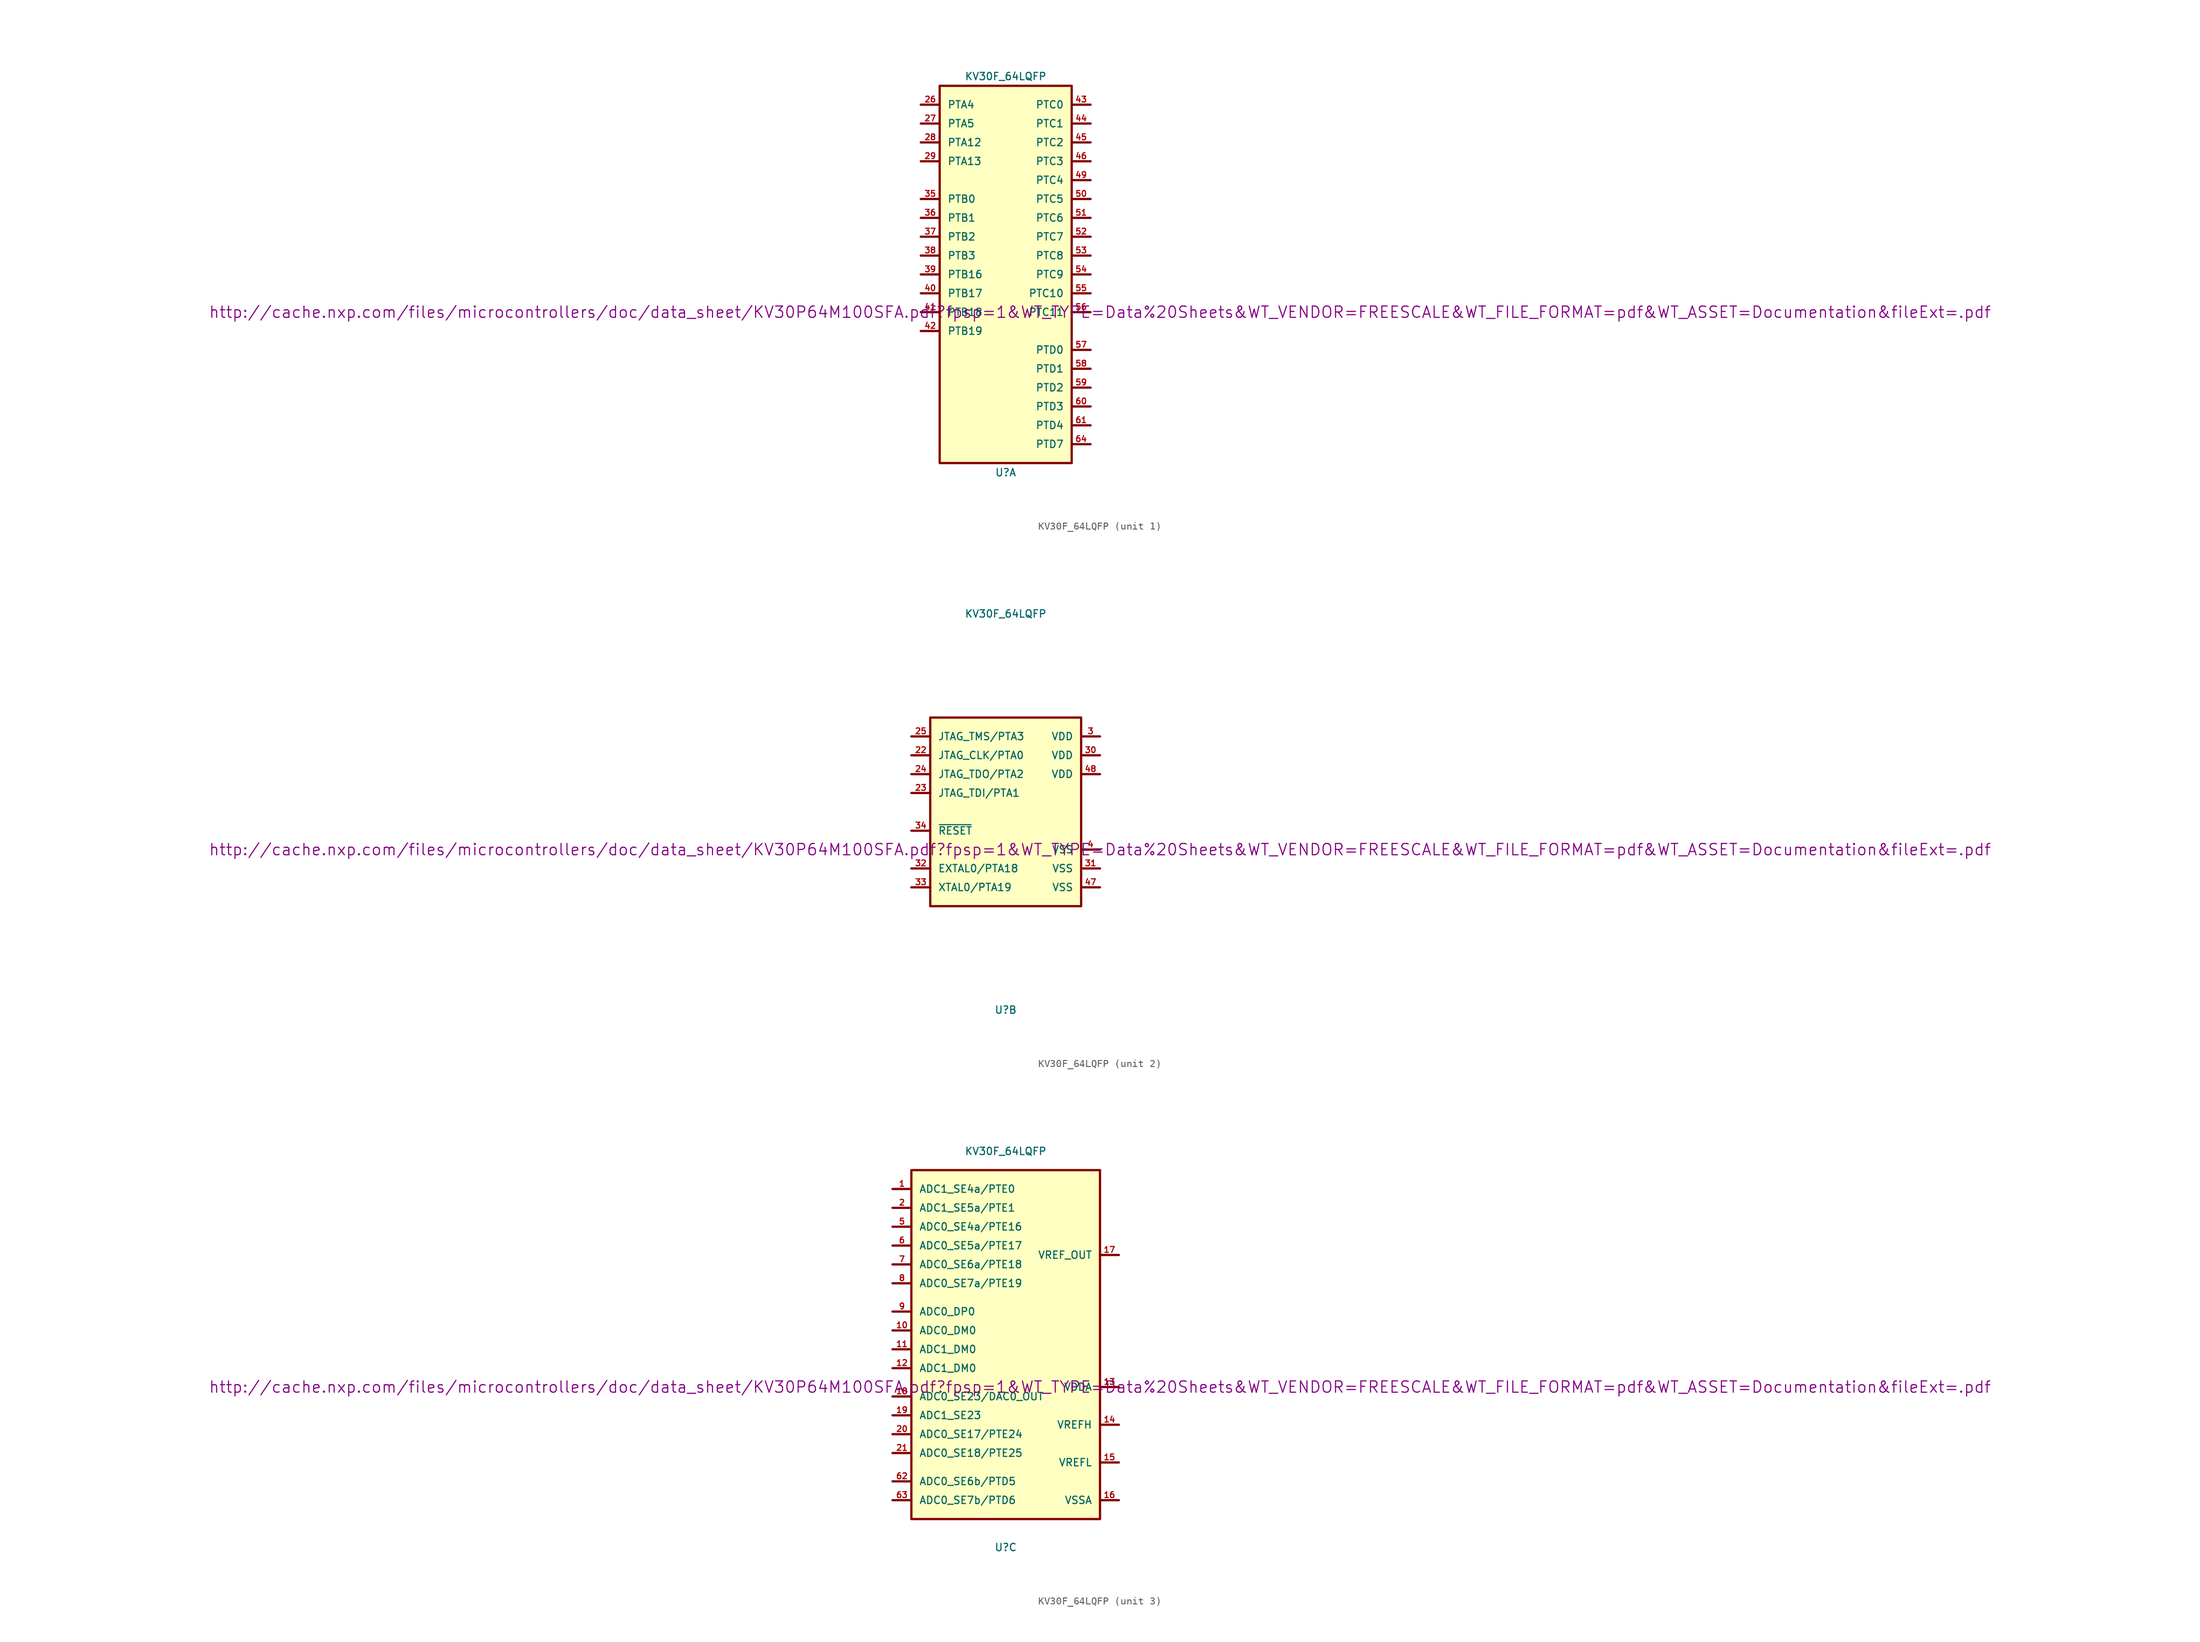
<source format=kicad_sym>
(kicad_symbol_lib
  (version 20211014)
  (generator kicad_symbol_editor)
  (symbol "KV30F_64LQFP"
    (pin_names
      (offset 1.016))
    (property "Reference" "U"
      (at 0 -26.67 0)
      (effects (font (size 0.991 0.991))))
    (property "Value" "KV30F_64LQFP"
      (at 0 26.67 0)
      (effects (font (size 0.991 0.991))))
    (property "Footprint" ""
      (at 12.7 -5.08 0)
      (effects (font (size 1.524 1.524))))
    (property "Datasheet" "http://cache.nxp.com/files/microcontrollers/doc/data_sheet/KV30P64M100SFA.pdf?fpsp=1&WT_TYPE=Data%20Sheets&WT_VENDOR=FREESCALE&WT_FILE_FORMAT=pdf&WT_ASSET=Documentation&fileExt=.pdf"
      (at 12.7 -5.08 0)
      (effects (font (size 1.524 1.524))))
    (property "ki_locked" ""
      (at 0 0 0)
      (effects (font (size 1.27 1.27))))
    (symbol "KV30F_64LQFP_1_1"
      (polyline (pts (xy -11.43 -7.62) (xy -8.89 -7.62)) (stroke (width 0.305) (type default) (color 0 0 0 0)) (fill (type none)))
      (polyline (pts (xy -11.43 -5.08) (xy -8.89 -5.08)) (stroke (width 0.305) (type default) (color 0 0 0 0)) (fill (type none)))
      (polyline (pts (xy -11.43 -2.54) (xy -8.89 -2.54)) (stroke (width 0.305) (type default) (color 0 0 0 0)) (fill (type none)))
      (polyline (pts (xy -11.43 0) (xy -8.89 0)) (stroke (width 0.305) (type default) (color 0 0 0 0)) (fill (type none)))
      (polyline (pts (xy -11.43 2.54) (xy -8.89 2.54)) (stroke (width 0.305) (type default) (color 0 0 0 0)) (fill (type none)))
      (polyline (pts (xy -11.43 5.08) (xy -8.89 5.08)) (stroke (width 0.305) (type default) (color 0 0 0 0)) (fill (type none)))
      (polyline (pts (xy -11.43 7.62) (xy -8.89 7.62)) (stroke (width 0.305) (type default) (color 0 0 0 0)) (fill (type none)))
      (polyline (pts (xy -11.43 10.16) (xy -8.89 10.16)) (stroke (width 0.305) (type default) (color 0 0 0 0)) (fill (type none)))
      (polyline (pts (xy -11.43 15.24) (xy -8.89 15.24)) (stroke (width 0.305) (type default) (color 0 0 0 0)) (fill (type none)))
      (polyline (pts (xy -11.43 17.78) (xy -8.89 17.78)) (stroke (width 0.305) (type default) (color 0 0 0 0)) (fill (type none)))
      (polyline (pts (xy -11.43 20.32) (xy -8.89 20.32)) (stroke (width 0.305) (type default) (color 0 0 0 0)) (fill (type none)))
      (polyline (pts (xy -11.43 22.86) (xy -8.89 22.86)) (stroke (width 0.305) (type default) (color 0 0 0 0)) (fill (type none)))
      (polyline (pts (xy 8.89 -22.86) (xy 11.43 -22.86)) (stroke (width 0.305) (type default) (color 0 0 0 0)) (fill (type none)))
      (polyline (pts (xy 8.89 -20.32) (xy 11.43 -20.32)) (stroke (width 0.305) (type default) (color 0 0 0 0)) (fill (type none)))
      (polyline (pts (xy 8.89 -17.78) (xy 11.43 -17.78)) (stroke (width 0.305) (type default) (color 0 0 0 0)) (fill (type none)))
      (polyline (pts (xy 8.89 -15.24) (xy 11.43 -15.24)) (stroke (width 0.305) (type default) (color 0 0 0 0)) (fill (type none)))
      (polyline (pts (xy 8.89 -12.7) (xy 11.43 -12.7)) (stroke (width 0.305) (type default) (color 0 0 0 0)) (fill (type none)))
      (polyline (pts (xy 8.89 -10.16) (xy 11.43 -10.16)) (stroke (width 0.305) (type default) (color 0 0 0 0)) (fill (type none)))
      (polyline (pts (xy 8.89 -5.08) (xy 11.43 -5.08)) (stroke (width 0.305) (type default) (color 0 0 0 0)) (fill (type none)))
      (polyline (pts (xy 8.89 -2.54) (xy 11.43 -2.54)) (stroke (width 0.305) (type default) (color 0 0 0 0)) (fill (type none)))
      (polyline (pts (xy 8.89 0) (xy 11.43 0)) (stroke (width 0.305) (type default) (color 0 0 0 0)) (fill (type none)))
      (polyline (pts (xy 8.89 2.54) (xy 11.43 2.54)) (stroke (width 0.305) (type default) (color 0 0 0 0)) (fill (type none)))
      (polyline (pts (xy 8.89 5.08) (xy 11.43 5.08)) (stroke (width 0.305) (type default) (color 0 0 0 0)) (fill (type none)))
      (polyline (pts (xy 8.89 7.62) (xy 11.43 7.62)) (stroke (width 0.305) (type default) (color 0 0 0 0)) (fill (type none)))
      (polyline (pts (xy 8.89 10.16) (xy 11.43 10.16)) (stroke (width 0.305) (type default) (color 0 0 0 0)) (fill (type none)))
      (polyline (pts (xy 8.89 12.7) (xy 11.43 12.7)) (stroke (width 0.305) (type default) (color 0 0 0 0)) (fill (type none)))
      (polyline (pts (xy 8.89 15.24) (xy 11.43 15.24)) (stroke (width 0.305) (type default) (color 0 0 0 0)) (fill (type none)))
      (polyline (pts (xy 8.89 17.78) (xy 11.43 17.78)) (stroke (width 0.305) (type default) (color 0 0 0 0)) (fill (type none)))
      (polyline (pts (xy 8.89 20.32) (xy 11.43 20.32)) (stroke (width 0.305) (type default) (color 0 0 0 0)) (fill (type none)))
      (polyline (pts (xy 8.89 22.86) (xy 11.43 22.86)) (stroke (width 0.305) (type default) (color 0 0 0 0)) (fill (type none)))
      (rectangle (start 8.89 -25.4) (end -8.89 25.4) (stroke (width 0.305) (type default) (color 0 0 0 0)) (fill (type background)))
      (pin bidirectional line (at -11.43 22.86 0) (length 2.54) (name "PTA4" (effects (font (size 0.991 0.991)))) (number "26" (effects (font (size 0.787 0.787)))))
      (pin bidirectional line (at -11.43 20.32 0) (length 2.54) (name "PTA5" (effects (font (size 0.991 0.991)))) (number "27" (effects (font (size 0.787 0.787)))))
      (pin bidirectional line (at -11.43 17.78 0) (length 2.54) (name "PTA12" (effects (font (size 0.991 0.991)))) (number "28" (effects (font (size 0.787 0.787)))))
      (pin bidirectional line (at -11.43 15.24 0) (length 2.54) (name "PTA13" (effects (font (size 0.991 0.991)))) (number "29" (effects (font (size 0.787 0.787)))))
      (pin bidirectional line (at -11.43 10.16 0) (length 2.54) (name "PTB0" (effects (font (size 0.991 0.991)))) (number "35" (effects (font (size 0.787 0.787)))))
      (pin bidirectional line (at -11.43 7.62 0) (length 2.54) (name "PTB1" (effects (font (size 0.991 0.991)))) (number "36" (effects (font (size 0.787 0.787)))))
      (pin bidirectional line (at -11.43 5.08 0) (length 2.54) (name "PTB2" (effects (font (size 0.991 0.991)))) (number "37" (effects (font (size 0.787 0.787)))))
      (pin bidirectional line (at -11.43 2.54 0) (length 2.54) (name "PTB3" (effects (font (size 0.991 0.991)))) (number "38" (effects (font (size 0.787 0.787)))))
      (pin bidirectional line (at -11.43 0 0) (length 2.54) (name "PTB16" (effects (font (size 0.991 0.991)))) (number "39" (effects (font (size 0.787 0.787)))))
      (pin bidirectional line (at -11.43 -2.54 0) (length 2.54) (name "PTB17" (effects (font (size 0.991 0.991)))) (number "40" (effects (font (size 0.787 0.787)))))
      (pin bidirectional line (at -11.43 -5.08 0) (length 2.54) (name "PTB18" (effects (font (size 0.991 0.991)))) (number "41" (effects (font (size 0.787 0.787)))))
      (pin bidirectional line (at -11.43 -7.62 0) (length 2.54) (name "PTB19" (effects (font (size 0.991 0.991)))) (number "42" (effects (font (size 0.787 0.787)))))
      (pin bidirectional line (at 11.43 22.86 180) (length 2.54) (name "PTC0" (effects (font (size 0.991 0.991)))) (number "43" (effects (font (size 0.787 0.787)))))
      (pin bidirectional line (at 11.43 20.32 180) (length 2.54) (name "PTC1" (effects (font (size 0.991 0.991)))) (number "44" (effects (font (size 0.787 0.787)))))
      (pin bidirectional line (at 11.43 17.78 180) (length 2.54) (name "PTC2" (effects (font (size 0.991 0.991)))) (number "45" (effects (font (size 0.787 0.787)))))
      (pin bidirectional line (at 11.43 15.24 180) (length 2.54) (name "PTC3" (effects (font (size 0.991 0.991)))) (number "46" (effects (font (size 0.787 0.787)))))
      (pin bidirectional line (at 11.43 12.7 180) (length 2.54) (name "PTC4" (effects (font (size 0.991 0.991)))) (number "49" (effects (font (size 0.787 0.787)))))
      (pin bidirectional line (at 11.43 10.16 180) (length 2.54) (name "PTC5" (effects (font (size 0.991 0.991)))) (number "50" (effects (font (size 0.787 0.787)))))
      (pin bidirectional line (at 11.43 7.62 180) (length 2.54) (name "PTC6" (effects (font (size 0.991 0.991)))) (number "51" (effects (font (size 0.787 0.787)))))
      (pin bidirectional line (at 11.43 5.08 180) (length 2.54) (name "PTC7" (effects (font (size 0.991 0.991)))) (number "52" (effects (font (size 0.787 0.787)))))
      (pin bidirectional line (at 11.43 2.54 180) (length 2.54) (name "PTC8" (effects (font (size 0.991 0.991)))) (number "53" (effects (font (size 0.787 0.787)))))
      (pin bidirectional line (at 11.43 0 180) (length 2.54) (name "PTC9" (effects (font (size 0.991 0.991)))) (number "54" (effects (font (size 0.787 0.787)))))
      (pin bidirectional line (at 11.43 -2.54 180) (length 2.54) (name "PTC10" (effects (font (size 0.991 0.991)))) (number "55" (effects (font (size 0.787 0.787)))))
      (pin bidirectional line (at 11.43 -5.08 180) (length 2.54) (name "PTC11" (effects (font (size 0.991 0.991)))) (number "56" (effects (font (size 0.787 0.787)))))
      (pin bidirectional line (at 11.43 -10.16 180) (length 2.54) (name "PTD0" (effects (font (size 0.991 0.991)))) (number "57" (effects (font (size 0.787 0.787)))))
      (pin bidirectional line (at 11.43 -12.7 180) (length 2.54) (name "PTD1" (effects (font (size 0.991 0.991)))) (number "58" (effects (font (size 0.787 0.787)))))
      (pin bidirectional line (at 11.43 -15.24 180) (length 2.54) (name "PTD2" (effects (font (size 0.991 0.991)))) (number "59" (effects (font (size 0.787 0.787)))))
      (pin bidirectional line (at 11.43 -17.78 180) (length 2.54) (name "PTD3" (effects (font (size 0.991 0.991)))) (number "60" (effects (font (size 0.787 0.787)))))
      (pin bidirectional line (at 11.43 -20.32 180) (length 2.54) (name "PTD4" (effects (font (size 0.991 0.991)))) (number "61" (effects (font (size 0.787 0.787)))))
      (pin bidirectional line (at 11.43 -22.86 180) (length 2.54) (name "PTD7" (effects (font (size 0.991 0.991)))) (number "64" (effects (font (size 0.787 0.787))))))
    (symbol "KV30F_64LQFP_2_1"
      (rectangle (start -10.16 12.7) (end 10.16 -12.7) (stroke (width 0.305) (type default) (color 0 0 0 0)) (fill (type background)))
      (polyline (pts (xy -12.7 -10.16) (xy -10.16 -10.16)) (stroke (width 0.305) (type default) (color 0 0 0 0)) (fill (type none)))
      (polyline (pts (xy -12.7 -7.62) (xy -10.16 -7.62)) (stroke (width 0.305) (type default) (color 0 0 0 0)) (fill (type none)))
      (polyline (pts (xy -12.7 -2.54) (xy -10.16 -2.54)) (stroke (width 0.305) (type default) (color 0 0 0 0)) (fill (type none)))
      (polyline (pts (xy -12.7 2.54) (xy -10.16 2.54)) (stroke (width 0.305) (type default) (color 0 0 0 0)) (fill (type none)))
      (polyline (pts (xy -12.7 5.08) (xy -10.16 5.08)) (stroke (width 0.305) (type default) (color 0 0 0 0)) (fill (type none)))
      (polyline (pts (xy -12.7 7.62) (xy -10.16 7.62)) (stroke (width 0.305) (type default) (color 0 0 0 0)) (fill (type none)))
      (polyline (pts (xy -12.7 10.16) (xy -10.16 10.16)) (stroke (width 0.305) (type default) (color 0 0 0 0)) (fill (type none)))
      (polyline (pts (xy 10.16 -10.16) (xy 12.7 -10.16)) (stroke (width 0.305) (type default) (color 0 0 0 0)) (fill (type none)))
      (polyline (pts (xy 10.16 -7.62) (xy 12.7 -7.62)) (stroke (width 0.305) (type default) (color 0 0 0 0)) (fill (type none)))
      (polyline (pts (xy 10.16 -5.08) (xy 12.7 -5.08)) (stroke (width 0.305) (type default) (color 0 0 0 0)) (fill (type none)))
      (polyline (pts (xy 10.16 5.08) (xy 12.7 5.08)) (stroke (width 0.305) (type default) (color 0 0 0 0)) (fill (type none)))
      (polyline (pts (xy 10.16 7.62) (xy 12.7 7.62)) (stroke (width 0.305) (type default) (color 0 0 0 0)) (fill (type none)))
      (polyline (pts (xy 10.16 10.16) (xy 12.7 10.16)) (stroke (width 0.305) (type default) (color 0 0 0 0)) (fill (type none)))
      (pin bidirectional line (at -12.7 7.62 0) (length 2.54) (name "JTAG_CLK/PTA0" (effects (font (size 0.991 0.991)))) (number "22" (effects (font (size 0.787 0.787)))))
      (pin bidirectional line (at -12.7 2.54 0) (length 2.54) (name "JTAG_TDI/PTA1" (effects (font (size 0.991 0.991)))) (number "23" (effects (font (size 0.787 0.787)))))
      (pin bidirectional line (at -12.7 5.08 0) (length 2.54) (name "JTAG_TDO/PTA2" (effects (font (size 0.991 0.991)))) (number "24" (effects (font (size 0.787 0.787)))))
      (pin bidirectional line (at -12.7 10.16 0) (length 2.54) (name "JTAG_TMS/PTA3" (effects (font (size 0.991 0.991)))) (number "25" (effects (font (size 0.787 0.787)))))
      (pin power_in line (at 12.7 10.16 180) (length 2.54) (name "VDD" (effects (font (size 0.991 0.991)))) (number "3" (effects (font (size 0.787 0.787)))))
      (pin power_in line (at 12.7 7.62 180) (length 2.54) (name "VDD" (effects (font (size 0.991 0.991)))) (number "30" (effects (font (size 0.787 0.787)))))
      (pin power_in line (at 12.7 -7.62 180) (length 2.54) (name "VSS" (effects (font (size 0.991 0.991)))) (number "31" (effects (font (size 0.787 0.787)))))
      (pin bidirectional line (at -12.7 -7.62 0) (length 2.54) (name "EXTAL0/PTA18" (effects (font (size 0.991 0.991)))) (number "32" (effects (font (size 0.787 0.787)))))
      (pin bidirectional line (at -12.7 -10.16 0) (length 2.54) (name "XTAL0/PTA19" (effects (font (size 0.991 0.991)))) (number "33" (effects (font (size 0.787 0.787)))))
      (pin bidirectional line (at -12.7 -2.54 0) (length 2.54) (name "~{RESET}" (effects (font (size 0.991 0.991)))) (number "34" (effects (font (size 0.787 0.787)))))
      (pin power_in line (at 12.7 -5.08 180) (length 2.54) (name "VSS" (effects (font (size 0.991 0.991)))) (number "4" (effects (font (size 0.787 0.787)))))
      (pin power_in line (at 12.7 -10.16 180) (length 2.54) (name "VSS" (effects (font (size 0.991 0.991)))) (number "47" (effects (font (size 0.787 0.787)))))
      (pin power_in line (at 12.7 5.08 180) (length 2.54) (name "VDD" (effects (font (size 0.991 0.991)))) (number "48" (effects (font (size 0.787 0.787))))))
    (symbol "KV30F_64LQFP_3_1"
      (rectangle (start -12.7 24.13) (end 12.7 -22.86) (stroke (width 0.305) (type default) (color 0 0 0 0)) (fill (type background)))
      (polyline (pts (xy -15.24 -20.32) (xy -12.7 -20.32)) (stroke (width 0.305) (type default) (color 0 0 0 0)) (fill (type none)))
      (polyline (pts (xy -15.24 -17.78) (xy -12.7 -17.78)) (stroke (width 0.305) (type default) (color 0 0 0 0)) (fill (type none)))
      (polyline (pts (xy -15.24 -13.97) (xy -12.7 -13.97)) (stroke (width 0.305) (type default) (color 0 0 0 0)) (fill (type none)))
      (polyline (pts (xy -15.24 -11.43) (xy -12.7 -11.43)) (stroke (width 0.305) (type default) (color 0 0 0 0)) (fill (type none)))
      (polyline (pts (xy -15.24 -8.89) (xy -12.7 -8.89)) (stroke (width 0.305) (type default) (color 0 0 0 0)) (fill (type none)))
      (polyline (pts (xy -15.24 -6.35) (xy -12.7 -6.35)) (stroke (width 0.305) (type default) (color 0 0 0 0)) (fill (type none)))
      (polyline (pts (xy -15.24 -2.54) (xy -12.7 -2.54)) (stroke (width 0.305) (type default) (color 0 0 0 0)) (fill (type none)))
      (polyline (pts (xy -15.24 0) (xy -12.7 0)) (stroke (width 0.305) (type default) (color 0 0 0 0)) (fill (type none)))
      (polyline (pts (xy -15.24 2.54) (xy -12.7 2.54)) (stroke (width 0.305) (type default) (color 0 0 0 0)) (fill (type none)))
      (polyline (pts (xy -15.24 5.08) (xy -12.7 5.08)) (stroke (width 0.305) (type default) (color 0 0 0 0)) (fill (type none)))
      (polyline (pts (xy -15.24 8.89) (xy -12.7 8.89)) (stroke (width 0.305) (type default) (color 0 0 0 0)) (fill (type none)))
      (polyline (pts (xy -15.24 11.43) (xy -12.7 11.43)) (stroke (width 0.305) (type default) (color 0 0 0 0)) (fill (type none)))
      (polyline (pts (xy -15.24 13.97) (xy -12.7 13.97)) (stroke (width 0.305) (type default) (color 0 0 0 0)) (fill (type none)))
      (polyline (pts (xy -15.24 16.51) (xy -12.7 16.51)) (stroke (width 0.305) (type default) (color 0 0 0 0)) (fill (type none)))
      (polyline (pts (xy -15.24 19.05) (xy -12.7 19.05)) (stroke (width 0.305) (type default) (color 0 0 0 0)) (fill (type none)))
      (polyline (pts (xy -15.24 21.59) (xy -12.7 21.59)) (stroke (width 0.305) (type default) (color 0 0 0 0)) (fill (type none)))
      (polyline (pts (xy 12.7 -20.32) (xy 15.24 -20.32)) (stroke (width 0.305) (type default) (color 0 0 0 0)) (fill (type none)))
      (polyline (pts (xy 12.7 -15.24) (xy 15.24 -15.24)) (stroke (width 0.305) (type default) (color 0 0 0 0)) (fill (type none)))
      (polyline (pts (xy 12.7 -10.16) (xy 15.24 -10.16)) (stroke (width 0.305) (type default) (color 0 0 0 0)) (fill (type none)))
      (polyline (pts (xy 12.7 -5.08) (xy 15.24 -5.08)) (stroke (width 0.305) (type default) (color 0 0 0 0)) (fill (type none)))
      (polyline (pts (xy 12.7 12.7) (xy 15.24 12.7)) (stroke (width 0.305) (type default) (color 0 0 0 0)) (fill (type none)))
      (pin bidirectional line (at -15.24 21.59 0) (length 2.54) (name "ADC1_SE4a/PTE0" (effects (font (size 0.991 0.991)))) (number "1" (effects (font (size 0.787 0.787)))))
      (pin input line (at -15.24 2.54 0) (length 2.54) (name "ADC0_DM0" (effects (font (size 0.991 0.991)))) (number "10" (effects (font (size 0.787 0.787)))))
      (pin input line (at -15.24 0 0) (length 2.54) (name "ADC1_DM0" (effects (font (size 0.991 0.991)))) (number "11" (effects (font (size 0.787 0.787)))))
      (pin input line (at -15.24 -2.54 0) (length 2.54) (name "ADC1_DM0" (effects (font (size 0.991 0.991)))) (number "12" (effects (font (size 0.787 0.787)))))
      (pin power_in line (at 15.24 -5.08 180) (length 2.54) (name "VDDA" (effects (font (size 0.991 0.991)))) (number "13" (effects (font (size 0.787 0.787)))))
      (pin power_in line (at 15.24 -10.16 180) (length 2.54) (name "VREFH" (effects (font (size 0.991 0.991)))) (number "14" (effects (font (size 0.787 0.787)))))
      (pin power_in line (at 15.24 -15.24 180) (length 2.54) (name "VREFL" (effects (font (size 0.991 0.991)))) (number "15" (effects (font (size 0.787 0.787)))))
      (pin power_in line (at 15.24 -20.32 180) (length 2.54) (name "VSSA" (effects (font (size 0.991 0.991)))) (number "16" (effects (font (size 0.787 0.787)))))
      (pin bidirectional line (at 15.24 12.7 180) (length 2.54) (name "VREF_OUT" (effects (font (size 0.991 0.991)))) (number "17" (effects (font (size 0.787 0.787)))))
      (pin bidirectional line (at -15.24 -6.35 0) (length 2.54) (name "ADC0_SE23/DAC0_OUT" (effects (font (size 0.991 0.991)))) (number "18" (effects (font (size 0.787 0.787)))))
      (pin input line (at -15.24 -8.89 0) (length 2.54) (name "ADC1_SE23" (effects (font (size 0.991 0.991)))) (number "19" (effects (font (size 0.787 0.787)))))
      (pin bidirectional line (at -15.24 19.05 0) (length 2.54) (name "ADC1_SE5a/PTE1" (effects (font (size 0.991 0.991)))) (number "2" (effects (font (size 0.787 0.787)))))
      (pin input line (at -15.24 -11.43 0) (length 2.54) (name "ADC0_SE17/PTE24" (effects (font (size 0.991 0.991)))) (number "20" (effects (font (size 0.787 0.787)))))
      (pin input line (at -15.24 -13.97 0) (length 2.54) (name "ADC0_SE18/PTE25" (effects (font (size 0.991 0.991)))) (number "21" (effects (font (size 0.787 0.787)))))
      (pin bidirectional line (at -15.24 16.51 0) (length 2.54) (name "ADC0_SE4a/PTE16" (effects (font (size 0.991 0.991)))) (number "5" (effects (font (size 0.787 0.787)))))
      (pin bidirectional line (at -15.24 13.97 0) (length 2.54) (name "ADC0_SE5a/PTE17" (effects (font (size 0.991 0.991)))) (number "6" (effects (font (size 0.787 0.787)))))
      (pin bidirectional line (at -15.24 -17.78 0) (length 2.54) (name "ADC0_SE6b/PTD5" (effects (font (size 0.991 0.991)))) (number "62" (effects (font (size 0.787 0.787)))))
      (pin bidirectional line (at -15.24 -20.32 0) (length 2.54) (name "ADC0_SE7b/PTD6" (effects (font (size 0.991 0.991)))) (number "63" (effects (font (size 0.787 0.787)))))
      (pin bidirectional line (at -15.24 11.43 0) (length 2.54) (name "ADC0_SE6a/PTE18" (effects (font (size 0.991 0.991)))) (number "7" (effects (font (size 0.787 0.787)))))
      (pin bidirectional line (at -15.24 8.89 0) (length 2.54) (name "ADC0_SE7a/PTE19" (effects (font (size 0.991 0.991)))) (number "8" (effects (font (size 0.787 0.787)))))
      (pin input line (at -15.24 5.08 0) (length 2.54) (name "ADC0_DP0" (effects (font (size 0.991 0.991)))) (number "9" (effects (font (size 0.787 0.787))))))))
</source>
